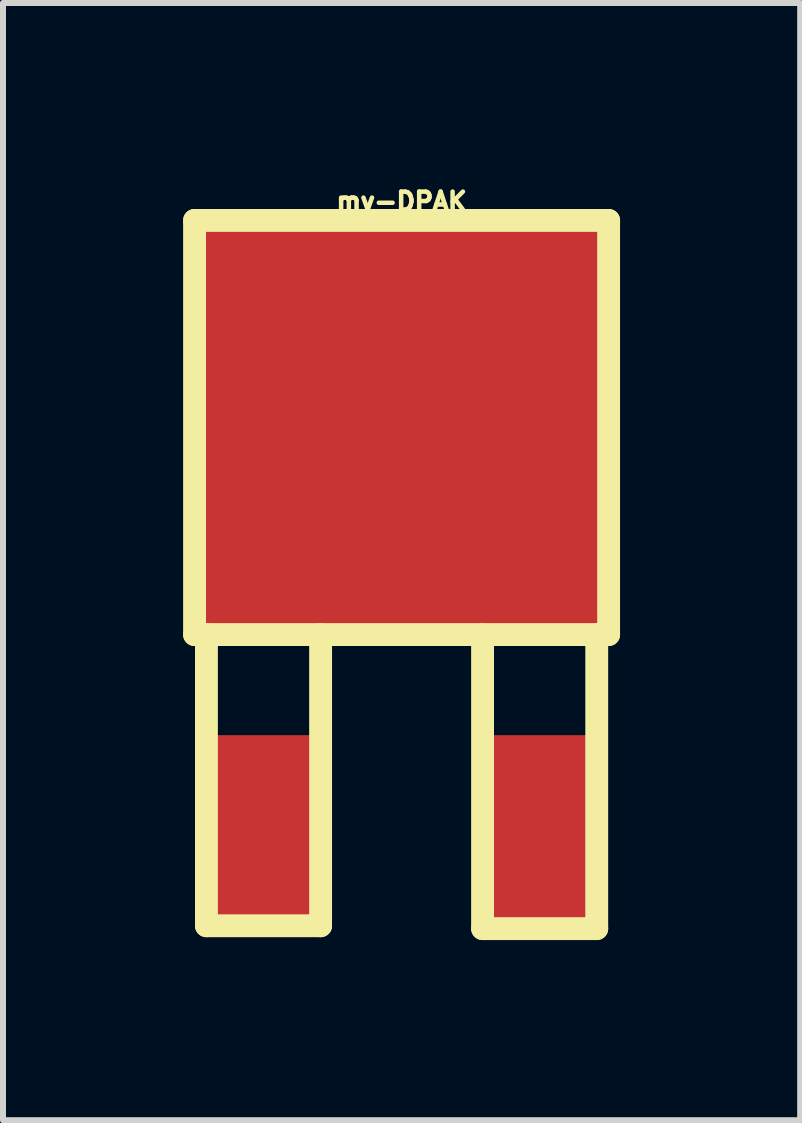
<source format=kicad_pcb>
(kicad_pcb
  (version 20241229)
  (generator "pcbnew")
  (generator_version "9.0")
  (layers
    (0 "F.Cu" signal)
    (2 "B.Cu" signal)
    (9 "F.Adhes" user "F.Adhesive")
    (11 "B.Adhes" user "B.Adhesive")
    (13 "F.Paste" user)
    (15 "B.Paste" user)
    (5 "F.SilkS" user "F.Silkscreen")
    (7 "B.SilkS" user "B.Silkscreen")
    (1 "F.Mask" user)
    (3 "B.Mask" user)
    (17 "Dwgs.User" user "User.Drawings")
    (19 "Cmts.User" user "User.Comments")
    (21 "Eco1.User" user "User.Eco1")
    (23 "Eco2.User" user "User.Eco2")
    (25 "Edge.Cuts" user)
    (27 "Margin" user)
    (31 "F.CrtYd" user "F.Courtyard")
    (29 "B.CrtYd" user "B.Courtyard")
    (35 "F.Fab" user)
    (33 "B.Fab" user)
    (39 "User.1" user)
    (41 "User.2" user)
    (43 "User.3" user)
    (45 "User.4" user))
  (footprint "my-DPAK"
    (layer "F.Cu")
    (at 3.64 10.721)
    (property "Reference" "my-DPAK" (at 0 -10.414 0) (layer "F.SilkS") (effects (font (size 0.3 0.3) (thickness 0.075))))
    (attr smd)
    (fp_line (start -3.449 -10.099) (end 3.449 -10.099) (stroke (width 0.381) (type solid)) (layer "F.SilkS"))
    (fp_line (start -3.449 -3.2) (end -3.449 -10.099) (stroke (width 0.381) (type solid)) (layer "F.SilkS"))
    (fp_line (start -3.251 1.651) (end -3.251 -3.2) (stroke (width 0.381) (type solid)) (layer "F.SilkS"))
    (fp_line (start -3.251 1.651) (end -1.349 1.651) (stroke (width 0.381) (type solid)) (layer "F.SilkS"))
    (fp_line (start -1.349 1.651) (end -1.349 -3.2) (stroke (width 0.381) (type solid)) (layer "F.SilkS"))
    (fp_line (start 1.349 1.699) (end 1.349 -3.2) (stroke (width 0.381) (type solid)) (layer "F.SilkS"))
    (fp_line (start 1.349 1.699) (end 3.251 1.699) (stroke (width 0.381) (type solid)) (layer "F.SilkS"))
    (fp_line (start 3.251 1.699) (end 3.251 -3.2) (stroke (width 0.381) (type solid)) (layer "F.SilkS"))
    (fp_line (start 3.449 -10.099) (end 3.449 -3.2) (stroke (width 0.381) (type solid)) (layer "F.SilkS"))
    (fp_line (start 3.449 -3.2) (end -3.449 -3.2) (stroke (width 0.381) (type solid)) (layer "F.SilkS"))
    (pad "1" smd rect (at -2.301 0) (size 1.651 3.048) (layers "F.Cu" "F.Mask" "F.Paste"))
    (pad "3" smd rect (at 2.301 0) (size 1.651 3.048) (layers "F.Cu" "F.Mask" "F.Paste"))
    (pad "4" smd rect (at 0 -6.65) (size 6.701 6.701) (layers "F.Cu" "F.Mask" "F.Paste")))
  (gr_rect
    (start -3 -3)
    (end 10.28 15.611)
    (stroke (width 0.1) (type default))
    (fill no)
    (layer "Edge.Cuts")))
</source>
